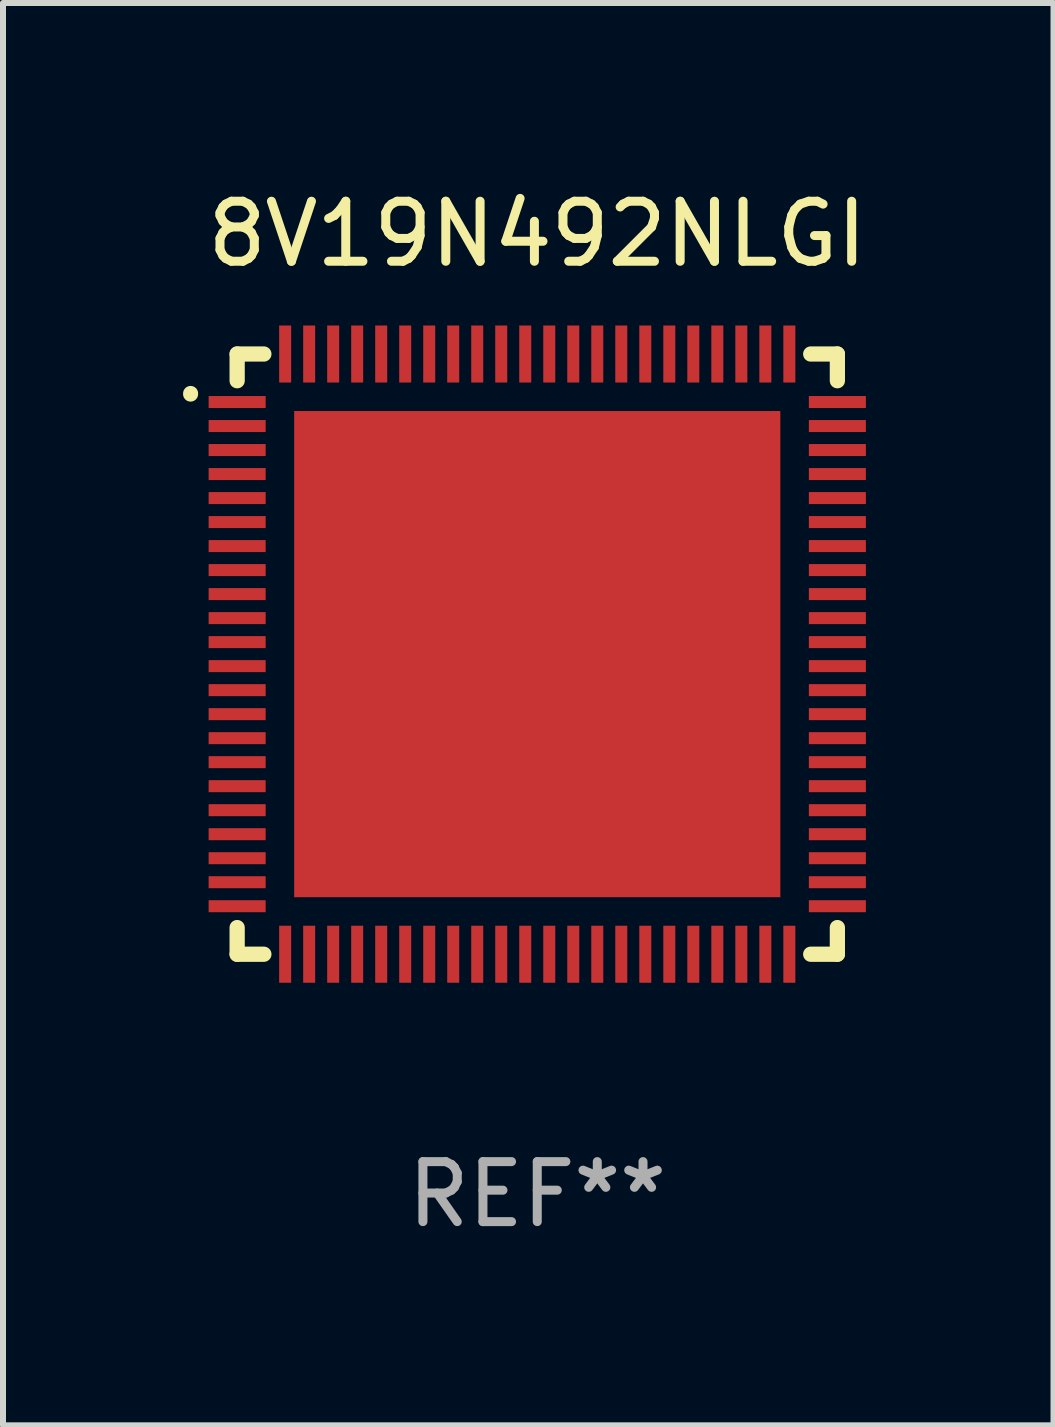
<source format=kicad_pcb>
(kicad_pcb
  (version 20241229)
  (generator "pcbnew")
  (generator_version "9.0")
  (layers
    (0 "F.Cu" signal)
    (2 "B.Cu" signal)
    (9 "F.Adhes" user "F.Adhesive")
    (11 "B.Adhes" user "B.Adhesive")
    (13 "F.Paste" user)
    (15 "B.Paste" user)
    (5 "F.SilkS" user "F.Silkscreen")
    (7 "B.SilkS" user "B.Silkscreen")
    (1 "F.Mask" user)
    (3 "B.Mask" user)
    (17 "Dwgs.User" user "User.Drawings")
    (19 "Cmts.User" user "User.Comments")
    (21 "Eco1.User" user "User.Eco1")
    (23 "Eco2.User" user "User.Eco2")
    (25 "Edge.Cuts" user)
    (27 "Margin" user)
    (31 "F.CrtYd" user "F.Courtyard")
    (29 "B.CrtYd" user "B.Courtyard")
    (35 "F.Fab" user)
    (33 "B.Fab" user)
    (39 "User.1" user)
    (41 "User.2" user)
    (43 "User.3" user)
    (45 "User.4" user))
  (footprint "8V19N492NLGI"
    (layer "F.Cu")
    (at 5.901 7.848)
    (property "Reference" "8V19N492NLGI" (at 0 -7 0) (layer "F.SilkS") (effects (font (size 1 1) (thickness 0.15))))
    (attr through_hole)
    (fp_line (start -5 -5) (end -5 -4.555) (stroke (width 0.254) (type solid)) (layer "F.SilkS"))
    (fp_line (start -5 -5) (end -4.555 -5) (stroke (width 0.254) (type solid)) (layer "F.SilkS"))
    (fp_line (start -5 4.556) (end -5 5) (stroke (width 0.254) (type solid)) (layer "F.SilkS"))
    (fp_line (start -4.555 5) (end -5 5) (stroke (width 0.254) (type solid)) (layer "F.SilkS"))
    (fp_line (start 4.556 -5) (end 5 -5) (stroke (width 0.254) (type solid)) (layer "F.SilkS"))
    (fp_line (start 5 -5) (end 5 -4.555) (stroke (width 0.254) (type solid)) (layer "F.SilkS"))
    (fp_line (start 5 4.556) (end 5 5) (stroke (width 0.254) (type solid)) (layer "F.SilkS"))
    (fp_line (start 5 5) (end 4.556 5) (stroke (width 0.254) (type solid)) (layer "F.SilkS"))
    (fp_arc (start -5.775934 -4.332042) (mid -5.775816 -4.337597) (end -5.775451 -4.343142) (stroke (width 0.249987) (type solid)) (layer "F.SilkS"))
    (fp_text user "REF**" (at 0 9 0) (layer "F.Fab") (effects (font (size 1 1) (thickness 0.15))))
    (pad "1" smd rect (at -5 -4.2 270) (size 0.2 0.95) (layers "F.Cu" "F.Mask" "F.Paste"))
    (pad "2" smd rect (at -5 -3.8 270) (size 0.2 0.95) (layers "F.Cu" "F.Mask" "F.Paste"))
    (pad "3" smd rect (at -5 -3.4 270) (size 0.2 0.95) (layers "F.Cu" "F.Mask" "F.Paste"))
    (pad "4" smd rect (at -5 -3 270) (size 0.2 0.95) (layers "F.Cu" "F.Mask" "F.Paste"))
    (pad "5" smd rect (at -5 -2.6 270) (size 0.2 0.95) (layers "F.Cu" "F.Mask" "F.Paste"))
    (pad "6" smd rect (at -5 -2.2 270) (size 0.2 0.95) (layers "F.Cu" "F.Mask" "F.Paste"))
    (pad "7" smd rect (at -5 -1.8 270) (size 0.2 0.95) (layers "F.Cu" "F.Mask" "F.Paste"))
    (pad "8" smd rect (at -5 -1.4 270) (size 0.2 0.95) (layers "F.Cu" "F.Mask" "F.Paste"))
    (pad "9" smd rect (at -5 -1 270) (size 0.2 0.95) (layers "F.Cu" "F.Mask" "F.Paste"))
    (pad "10" smd rect (at -5 -0.6 270) (size 0.2 0.95) (layers "F.Cu" "F.Mask" "F.Paste"))
    (pad "11" smd rect (at -5 -0.2 270) (size 0.2 0.95) (layers "F.Cu" "F.Mask" "F.Paste"))
    (pad "12" smd rect (at -5 0.2 270) (size 0.2 0.95) (layers "F.Cu" "F.Mask" "F.Paste"))
    (pad "13" smd rect (at -5 0.6 270) (size 0.2 0.95) (layers "F.Cu" "F.Mask" "F.Paste"))
    (pad "14" smd rect (at -5 1 270) (size 0.2 0.95) (layers "F.Cu" "F.Mask" "F.Paste"))
    (pad "15" smd rect (at -5 1.4 270) (size 0.2 0.95) (layers "F.Cu" "F.Mask" "F.Paste"))
    (pad "16" smd rect (at -5 1.8 270) (size 0.2 0.95) (layers "F.Cu" "F.Mask" "F.Paste"))
    (pad "17" smd rect (at -5 2.2 270) (size 0.2 0.95) (layers "F.Cu" "F.Mask" "F.Paste"))
    (pad "18" smd rect (at -5 2.6 270) (size 0.2 0.95) (layers "F.Cu" "F.Mask" "F.Paste"))
    (pad "19" smd rect (at -5 3 270) (size 0.2 0.95) (layers "F.Cu" "F.Mask" "F.Paste"))
    (pad "20" smd rect (at -5 3.4 270) (size 0.2 0.95) (layers "F.Cu" "F.Mask" "F.Paste"))
    (pad "21" smd rect (at -5 3.8 270) (size 0.2 0.95) (layers "F.Cu" "F.Mask" "F.Paste"))
    (pad "22" smd rect (at -5 4.2 270) (size 0.2 0.95) (layers "F.Cu" "F.Mask" "F.Paste"))
    (pad "23" smd rect (at -4.2 5 270) (size 0.95 0.2) (layers "F.Cu" "F.Mask" "F.Paste"))
    (pad "24" smd rect (at -3.8 5 270) (size 0.95 0.2) (layers "F.Cu" "F.Mask" "F.Paste"))
    (pad "25" smd rect (at -3.4 5 270) (size 0.95 0.2) (layers "F.Cu" "F.Mask" "F.Paste"))
    (pad "26" smd rect (at -3 5 270) (size 0.95 0.2) (layers "F.Cu" "F.Mask" "F.Paste"))
    (pad "27" smd rect (at -2.6 5 270) (size 0.95 0.2) (layers "F.Cu" "F.Mask" "F.Paste"))
    (pad "28" smd rect (at -2.2 5 270) (size 0.95 0.2) (layers "F.Cu" "F.Mask" "F.Paste"))
    (pad "29" smd rect (at -1.8 5 270) (size 0.95 0.2) (layers "F.Cu" "F.Mask" "F.Paste"))
    (pad "30" smd rect (at -1.4 5 270) (size 0.95 0.2) (layers "F.Cu" "F.Mask" "F.Paste"))
    (pad "31" smd rect (at -1 5 270) (size 0.95 0.2) (layers "F.Cu" "F.Mask" "F.Paste"))
    (pad "32" smd rect (at -0.6 5 270) (size 0.95 0.2) (layers "F.Cu" "F.Mask" "F.Paste"))
    (pad "33" smd rect (at -0.2 5 270) (size 0.95 0.2) (layers "F.Cu" "F.Mask" "F.Paste"))
    (pad "34" smd rect (at 0.2 5 270) (size 0.95 0.2) (layers "F.Cu" "F.Mask" "F.Paste"))
    (pad "35" smd rect (at 0.6 5 270) (size 0.95 0.2) (layers "F.Cu" "F.Mask" "F.Paste"))
    (pad "36" smd rect (at 1 5 270) (size 0.95 0.2) (layers "F.Cu" "F.Mask" "F.Paste"))
    (pad "37" smd rect (at 1.4 5 270) (size 0.95 0.2) (layers "F.Cu" "F.Mask" "F.Paste"))
    (pad "38" smd rect (at 1.8 5 270) (size 0.95 0.2) (layers "F.Cu" "F.Mask" "F.Paste"))
    (pad "39" smd rect (at 2.2 5 270) (size 0.95 0.2) (layers "F.Cu" "F.Mask" "F.Paste"))
    (pad "40" smd rect (at 2.6 5 270) (size 0.95 0.2) (layers "F.Cu" "F.Mask" "F.Paste"))
    (pad "41" smd rect (at 3 5 270) (size 0.95 0.2) (layers "F.Cu" "F.Mask" "F.Paste"))
    (pad "42" smd rect (at 3.4 5 270) (size 0.95 0.2) (layers "F.Cu" "F.Mask" "F.Paste"))
    (pad "43" smd rect (at 3.8 5 270) (size 0.95 0.2) (layers "F.Cu" "F.Mask" "F.Paste"))
    (pad "44" smd rect (at 4.2 5 270) (size 0.95 0.2) (layers "F.Cu" "F.Mask" "F.Paste"))
    (pad "45" smd rect (at 5 4.2 270) (size 0.2 0.95) (layers "F.Cu" "F.Mask" "F.Paste"))
    (pad "46" smd rect (at 5 3.8 270) (size 0.2 0.95) (layers "F.Cu" "F.Mask" "F.Paste"))
    (pad "47" smd rect (at 5 3.4 270) (size 0.2 0.95) (layers "F.Cu" "F.Mask" "F.Paste"))
    (pad "48" smd rect (at 5 3 270) (size 0.2 0.95) (layers "F.Cu" "F.Mask" "F.Paste"))
    (pad "49" smd rect (at 5 2.6 270) (size 0.2 0.95) (layers "F.Cu" "F.Mask" "F.Paste"))
    (pad "50" smd rect (at 5 2.2 270) (size 0.2 0.95) (layers "F.Cu" "F.Mask" "F.Paste"))
    (pad "51" smd rect (at 5 1.8 270) (size 0.2 0.95) (layers "F.Cu" "F.Mask" "F.Paste"))
    (pad "52" smd rect (at 5 1.4 270) (size 0.2 0.95) (layers "F.Cu" "F.Mask" "F.Paste"))
    (pad "53" smd rect (at 5 1 270) (size 0.2 0.95) (layers "F.Cu" "F.Mask" "F.Paste"))
    (pad "54" smd rect (at 5 0.6 270) (size 0.2 0.95) (layers "F.Cu" "F.Mask" "F.Paste"))
    (pad "55" smd rect (at 5 0.2 270) (size 0.2 0.95) (layers "F.Cu" "F.Mask" "F.Paste"))
    (pad "56" smd rect (at 5 -0.2 270) (size 0.2 0.95) (layers "F.Cu" "F.Mask" "F.Paste"))
    (pad "57" smd rect (at 5 -0.6 270) (size 0.2 0.95) (layers "F.Cu" "F.Mask" "F.Paste"))
    (pad "58" smd rect (at 5 -1 270) (size 0.2 0.95) (layers "F.Cu" "F.Mask" "F.Paste"))
    (pad "59" smd rect (at 5 -1.4 270) (size 0.2 0.95) (layers "F.Cu" "F.Mask" "F.Paste"))
    (pad "60" smd rect (at 5 -1.8 270) (size 0.2 0.95) (layers "F.Cu" "F.Mask" "F.Paste"))
    (pad "61" smd rect (at 5 -2.2 270) (size 0.2 0.95) (layers "F.Cu" "F.Mask" "F.Paste"))
    (pad "62" smd rect (at 5 -2.6 270) (size 0.2 0.95) (layers "F.Cu" "F.Mask" "F.Paste"))
    (pad "63" smd rect (at 5 -3 270) (size 0.2 0.95) (layers "F.Cu" "F.Mask" "F.Paste"))
    (pad "64" smd rect (at 5 -3.4 270) (size 0.2 0.95) (layers "F.Cu" "F.Mask" "F.Paste"))
    (pad "65" smd rect (at 5 -3.8 270) (size 0.2 0.95) (layers "F.Cu" "F.Mask" "F.Paste"))
    (pad "66" smd rect (at 5 -4.2 270) (size 0.2 0.95) (layers "F.Cu" "F.Mask" "F.Paste"))
    (pad "67" smd rect (at 4.2 -5 270) (size 0.95 0.2) (layers "F.Cu" "F.Mask" "F.Paste"))
    (pad "68" smd rect (at 3.8 -5 270) (size 0.95 0.2) (layers "F.Cu" "F.Mask" "F.Paste"))
    (pad "69" smd rect (at 3.4 -5 270) (size 0.95 0.2) (layers "F.Cu" "F.Mask" "F.Paste"))
    (pad "70" smd rect (at 3 -5 270) (size 0.95 0.2) (layers "F.Cu" "F.Mask" "F.Paste"))
    (pad "71" smd rect (at 2.6 -5 270) (size 0.95 0.2) (layers "F.Cu" "F.Mask" "F.Paste"))
    (pad "72" smd rect (at 2.2 -5 270) (size 0.95 0.2) (layers "F.Cu" "F.Mask" "F.Paste"))
    (pad "73" smd rect (at 1.8 -5 270) (size 0.95 0.2) (layers "F.Cu" "F.Mask" "F.Paste"))
    (pad "74" smd rect (at 1.4 -5 270) (size 0.95 0.2) (layers "F.Cu" "F.Mask" "F.Paste"))
    (pad "75" smd rect (at 1 -5 270) (size 0.95 0.2) (layers "F.Cu" "F.Mask" "F.Paste"))
    (pad "76" smd rect (at 0.6 -5 270) (size 0.95 0.2) (layers "F.Cu" "F.Mask" "F.Paste"))
    (pad "77" smd rect (at 0.2 -5 270) (size 0.95 0.2) (layers "F.Cu" "F.Mask" "F.Paste"))
    (pad "78" smd rect (at -0.2 -5 270) (size 0.95 0.2) (layers "F.Cu" "F.Mask" "F.Paste"))
    (pad "79" smd rect (at -0.6 -5 270) (size 0.95 0.2) (layers "F.Cu" "F.Mask" "F.Paste"))
    (pad "80" smd rect (at -1 -5 270) (size 0.95 0.2) (layers "F.Cu" "F.Mask" "F.Paste"))
    (pad "81" smd rect (at -1.4 -5 270) (size 0.95 0.2) (layers "F.Cu" "F.Mask" "F.Paste"))
    (pad "82" smd rect (at -1.8 -5 270) (size 0.95 0.2) (layers "F.Cu" "F.Mask" "F.Paste"))
    (pad "83" smd rect (at -2.2 -5 270) (size 0.95 0.2) (layers "F.Cu" "F.Mask" "F.Paste"))
    (pad "84" smd rect (at -2.6 -5 270) (size 0.95 0.2) (layers "F.Cu" "F.Mask" "F.Paste"))
    (pad "85" smd rect (at -3 -5 270) (size 0.95 0.2) (layers "F.Cu" "F.Mask" "F.Paste"))
    (pad "86" smd rect (at -3.4 -5 270) (size 0.95 0.2) (layers "F.Cu" "F.Mask" "F.Paste"))
    (pad "87" smd rect (at -3.8 -5 270) (size 0.95 0.2) (layers "F.Cu" "F.Mask" "F.Paste"))
    (pad "88" smd rect (at -4.2 -5 270) (size 0.95 0.2) (layers "F.Cu" "F.Mask" "F.Paste"))
    (pad "89" smd rect (at -0.000343 -0.000114 270) (size 8.1 8.1) (layers "F.Cu" "F.Mask" "F.Paste")))
  (gr_rect
    (start -3 -3)
    (end 14.502 20.697)
    (stroke (width 0.1) (type default))
    (fill no)
    (layer "Edge.Cuts")))
</source>
